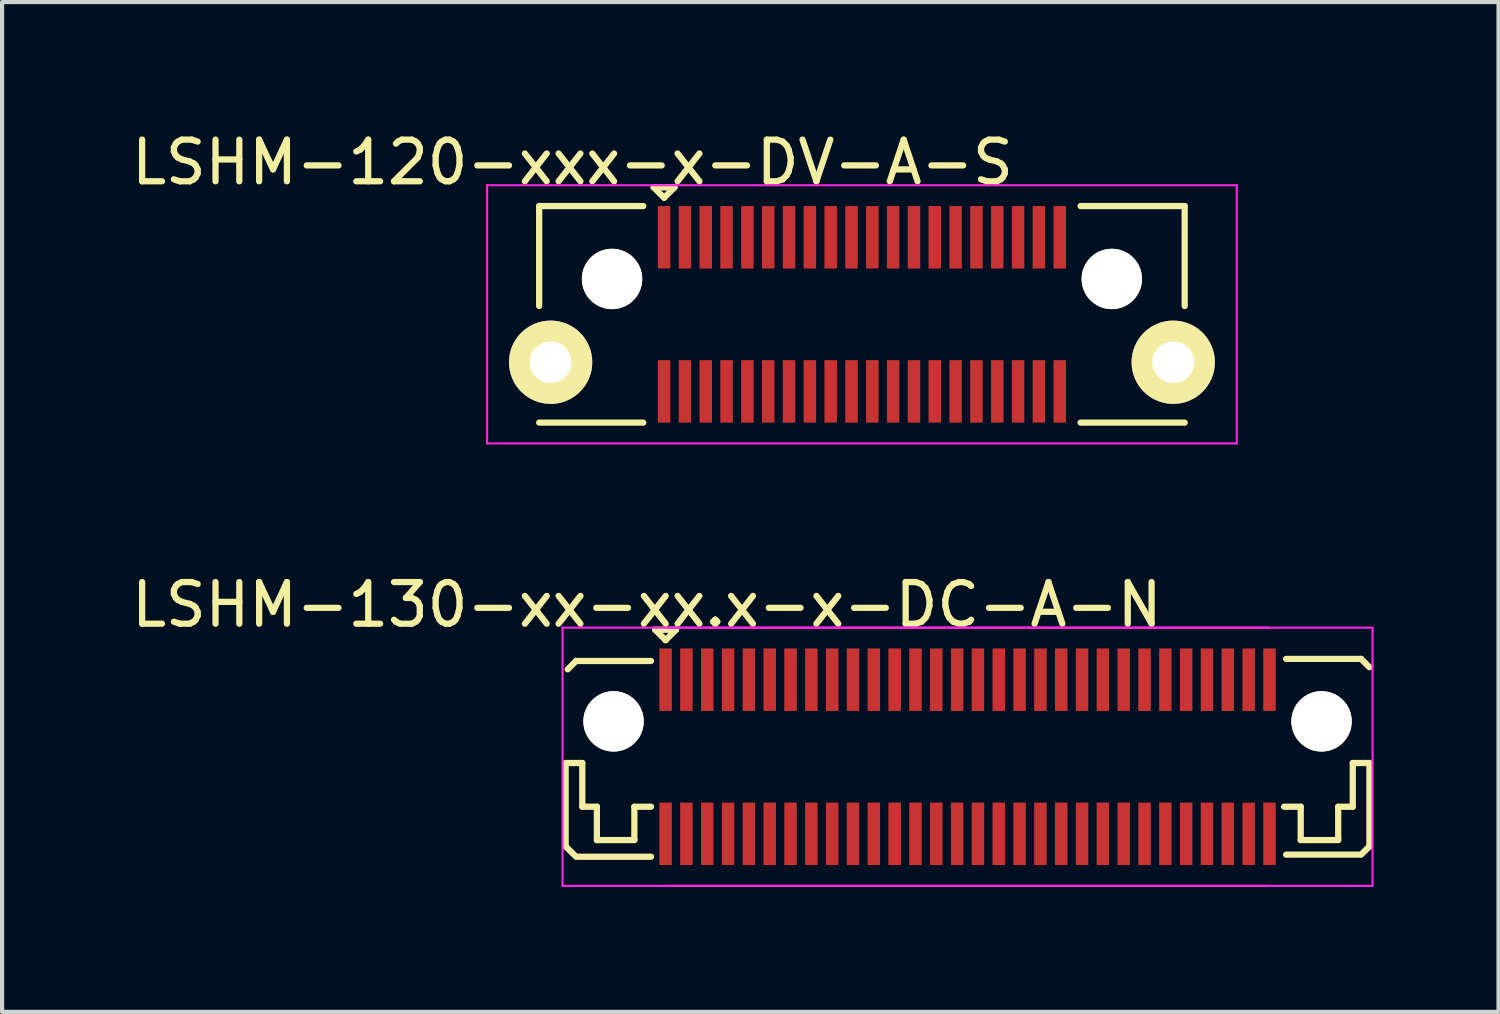
<source format=kicad_pcb>
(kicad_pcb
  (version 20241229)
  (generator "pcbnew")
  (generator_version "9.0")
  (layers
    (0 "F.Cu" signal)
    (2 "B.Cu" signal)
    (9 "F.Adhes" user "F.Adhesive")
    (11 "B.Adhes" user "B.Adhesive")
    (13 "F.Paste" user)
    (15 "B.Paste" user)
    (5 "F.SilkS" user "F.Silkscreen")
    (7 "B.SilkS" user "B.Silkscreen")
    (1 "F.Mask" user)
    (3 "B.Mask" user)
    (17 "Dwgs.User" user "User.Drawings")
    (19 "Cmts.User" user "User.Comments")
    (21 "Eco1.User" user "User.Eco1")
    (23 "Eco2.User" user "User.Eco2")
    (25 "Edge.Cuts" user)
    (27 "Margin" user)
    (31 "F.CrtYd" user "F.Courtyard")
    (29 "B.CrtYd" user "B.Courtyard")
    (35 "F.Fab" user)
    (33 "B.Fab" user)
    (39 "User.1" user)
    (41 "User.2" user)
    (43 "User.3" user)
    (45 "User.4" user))
  (footprint "LSHM-120-xxx-x-DV-A-S"
    (layer "F.Cu")
    (at 17.646 4.498)
    (property "Reference" "LSHM-120-xxx-x-DV-A-S" (at -6.95 -3.65 0) (layer "F.SilkS") (effects (font (size 1 1) (thickness 0.15))))
    (attr smd)
    (fp_line (start -7.75 -2.6) (end -5.25 -2.6) (stroke (width 0.15) (type solid)) (layer "F.SilkS"))
    (fp_line (start -7.75 -0.2) (end -7.75 -2.6) (stroke (width 0.15) (type solid)) (layer "F.SilkS"))
    (fp_line (start -7.75 2.6) (end -5.25 2.6) (stroke (width 0.15) (type solid)) (layer "F.SilkS"))
    (fp_line (start -5 -3.05) (end -4.75 -2.8) (stroke (width 0.15) (type solid)) (layer "F.SilkS"))
    (fp_line (start -4.75 -2.8) (end -4.5 -3.05) (stroke (width 0.15) (type solid)) (layer "F.SilkS"))
    (fp_line (start -4.5 -3.05) (end -5 -3.05) (stroke (width 0.15) (type solid)) (layer "F.SilkS"))
    (fp_line (start 7.75 -2.6) (end 5.25 -2.6) (stroke (width 0.15) (type solid)) (layer "F.SilkS"))
    (fp_line (start 7.75 -0.2) (end 7.75 -2.6) (stroke (width 0.15) (type solid)) (layer "F.SilkS"))
    (fp_line (start 7.75 2.6) (end 5.25 2.6) (stroke (width 0.15) (type solid)) (layer "F.SilkS"))
    (fp_line (start -9 -3.1) (end 9 -3.1) (stroke (width 0.05) (type solid)) (layer "F.CrtYd"))
    (fp_line (start -9 3.1) (end -9 -3.1) (stroke (width 0.05) (type solid)) (layer "F.CrtYd"))
    (fp_line (start -9 3.1) (end 9 3.1) (stroke (width 0.05) (type solid)) (layer "F.CrtYd"))
    (fp_line (start 9 3.1) (end 9 -3.1) (stroke (width 0.05) (type solid)) (layer "F.CrtYd"))
    (pad "" np_thru_hole circle (at -6 -0.85) (size 1.45 1.45) (drill 1.45) (layers "*.Cu" "*.Mask" "F.SilkS"))
    (pad "" np_thru_hole circle (at 6 -0.85) (size 1.45 1.45) (drill 1.45) (layers "*.Cu" "*.Mask" "F.SilkS"))
    (pad "1" smd rect (at -4.75 -1.85) (size 0.3 1.5) (layers "F.Cu" "F.Mask" "F.Paste"))
    (pad "2" smd rect (at -4.75 1.85) (size 0.3 1.5) (layers "F.Cu" "F.Mask" "F.Paste"))
    (pad "3" smd rect (at -4.25 -1.85) (size 0.3 1.5) (layers "F.Cu" "F.Mask" "F.Paste"))
    (pad "4" smd rect (at -4.25 1.85) (size 0.3 1.5) (layers "F.Cu" "F.Mask" "F.Paste"))
    (pad "5" smd rect (at -3.75 -1.85) (size 0.3 1.5) (layers "F.Cu" "F.Mask" "F.Paste"))
    (pad "6" smd rect (at -3.75 1.85) (size 0.3 1.5) (layers "F.Cu" "F.Mask" "F.Paste"))
    (pad "7" smd rect (at -3.25 -1.85) (size 0.3 1.5) (layers "F.Cu" "F.Mask" "F.Paste"))
    (pad "8" smd rect (at -3.25 1.85) (size 0.3 1.5) (layers "F.Cu" "F.Mask" "F.Paste"))
    (pad "9" smd rect (at -2.75 -1.85) (size 0.3 1.5) (layers "F.Cu" "F.Mask" "F.Paste"))
    (pad "10" smd rect (at -2.75 1.85) (size 0.3 1.5) (layers "F.Cu" "F.Mask" "F.Paste"))
    (pad "11" smd rect (at -2.25 -1.85) (size 0.3 1.5) (layers "F.Cu" "F.Mask" "F.Paste"))
    (pad "12" smd rect (at -2.25 1.85) (size 0.3 1.5) (layers "F.Cu" "F.Mask" "F.Paste"))
    (pad "13" smd rect (at -1.75 -1.85) (size 0.3 1.5) (layers "F.Cu" "F.Mask" "F.Paste"))
    (pad "14" smd rect (at -1.75 1.85) (size 0.3 1.5) (layers "F.Cu" "F.Mask" "F.Paste"))
    (pad "15" smd rect (at -1.25 -1.85) (size 0.3 1.5) (layers "F.Cu" "F.Mask" "F.Paste"))
    (pad "16" smd rect (at -1.25 1.85) (size 0.3 1.5) (layers "F.Cu" "F.Mask" "F.Paste"))
    (pad "17" smd rect (at -0.75 -1.85) (size 0.3 1.5) (layers "F.Cu" "F.Mask" "F.Paste"))
    (pad "18" smd rect (at -0.75 1.85) (size 0.3 1.5) (layers "F.Cu" "F.Mask" "F.Paste"))
    (pad "19" smd rect (at -0.25 -1.85) (size 0.3 1.5) (layers "F.Cu" "F.Mask" "F.Paste"))
    (pad "20" smd rect (at -0.25 1.85) (size 0.3 1.5) (layers "F.Cu" "F.Mask" "F.Paste"))
    (pad "21" smd rect (at 0.25 -1.85) (size 0.3 1.5) (layers "F.Cu" "F.Mask" "F.Paste"))
    (pad "22" smd rect (at 0.25 1.85) (size 0.3 1.5) (layers "F.Cu" "F.Mask" "F.Paste"))
    (pad "23" smd rect (at 0.75 -1.85) (size 0.3 1.5) (layers "F.Cu" "F.Mask" "F.Paste"))
    (pad "24" smd rect (at 0.75 1.85) (size 0.3 1.5) (layers "F.Cu" "F.Mask" "F.Paste"))
    (pad "25" smd rect (at 1.25 -1.85) (size 0.3 1.5) (layers "F.Cu" "F.Mask" "F.Paste"))
    (pad "26" smd rect (at 1.25 1.85) (size 0.3 1.5) (layers "F.Cu" "F.Mask" "F.Paste"))
    (pad "27" smd rect (at 1.75 -1.85) (size 0.3 1.5) (layers "F.Cu" "F.Mask" "F.Paste"))
    (pad "28" smd rect (at 1.75 1.85) (size 0.3 1.5) (layers "F.Cu" "F.Mask" "F.Paste"))
    (pad "29" smd rect (at 2.25 -1.85) (size 0.3 1.5) (layers "F.Cu" "F.Mask" "F.Paste"))
    (pad "30" smd rect (at 2.25 1.85) (size 0.3 1.5) (layers "F.Cu" "F.Mask" "F.Paste"))
    (pad "31" smd rect (at 2.75 -1.85) (size 0.3 1.5) (layers "F.Cu" "F.Mask" "F.Paste"))
    (pad "32" smd rect (at 2.75 1.85) (size 0.3 1.5) (layers "F.Cu" "F.Mask" "F.Paste"))
    (pad "33" smd rect (at 3.25 -1.85) (size 0.3 1.5) (layers "F.Cu" "F.Mask" "F.Paste"))
    (pad "34" smd rect (at 3.25 1.85) (size 0.3 1.5) (layers "F.Cu" "F.Mask" "F.Paste"))
    (pad "35" smd rect (at 3.75 -1.85) (size 0.3 1.5) (layers "F.Cu" "F.Mask" "F.Paste"))
    (pad "36" smd rect (at 3.75 1.85) (size 0.3 1.5) (layers "F.Cu" "F.Mask" "F.Paste"))
    (pad "37" smd rect (at 4.25 -1.85) (size 0.3 1.5) (layers "F.Cu" "F.Mask" "F.Paste"))
    (pad "38" smd rect (at 4.25 1.85) (size 0.3 1.5) (layers "F.Cu" "F.Mask" "F.Paste"))
    (pad "39" smd rect (at 4.75 -1.85) (size 0.3 1.5) (layers "F.Cu" "F.Mask" "F.Paste"))
    (pad "40" smd rect (at 4.75 1.85) (size 0.3 1.5) (layers "F.Cu" "F.Mask" "F.Paste"))
    (pad "41" thru_hole circle (at -7.475 1.15) (size 2 2) (drill 1) (layers "*.Cu" "*.Mask" "F.SilkS"))
    (pad "41" thru_hole circle (at 7.475 1.15) (size 2 2) (drill 1) (layers "*.Cu" "*.Mask" "F.SilkS")))
  (footprint "LSHM-130-xx-xx.x-x-DC-A-N"
    (layer "F.Cu")
    (at 20.182 15.121)
    (property "Reference" "LSHM-130-xx-xx.x-x-DC-A-N" (at -7.7 -3.65 0) (layer "F.SilkS") (effects (font (size 1 1) (thickness 0.15))))
    (attr smd)
    (fp_line (start -9.65 0.15) (end -9.25 0.15) (stroke (width 0.15) (type solid)) (layer "F.SilkS"))
    (fp_line (start -9.65 2.15) (end -9.65 0.15) (stroke (width 0.15) (type solid)) (layer "F.SilkS"))
    (fp_line (start -9.4 -2.3) (end -9.6 -2.1) (stroke (width 0.15) (type solid)) (layer "F.SilkS"))
    (fp_line (start -9.4 -2.3) (end -7.6 -2.3) (stroke (width 0.15) (type solid)) (layer "F.SilkS"))
    (fp_line (start -9.4 2.4) (end -9.65 2.15) (stroke (width 0.15) (type solid)) (layer "F.SilkS"))
    (fp_line (start -9.35 2.4) (end -7.6 2.4) (stroke (width 0.15) (type solid)) (layer "F.SilkS"))
    (fp_line (start -9.25 0.15) (end -9.25 1.2) (stroke (width 0.15) (type solid)) (layer "F.SilkS"))
    (fp_line (start -9.25 1.2) (end -8.9 1.2) (stroke (width 0.15) (type solid)) (layer "F.SilkS"))
    (fp_line (start -8.9 2) (end -8.9 1.2) (stroke (width 0.15) (type solid)) (layer "F.SilkS"))
    (fp_line (start -8 1.2) (end -7.6 1.2) (stroke (width 0.15) (type solid)) (layer "F.SilkS"))
    (fp_line (start -8 2) (end -8.9 2) (stroke (width 0.15) (type solid)) (layer "F.SilkS"))
    (fp_line (start -8 2) (end -8 1.2) (stroke (width 0.15) (type solid)) (layer "F.SilkS"))
    (fp_line (start -7.5 -3.05) (end -7.25 -2.8) (stroke (width 0.15) (type solid)) (layer "F.SilkS"))
    (fp_line (start -7.25 -2.8) (end -7 -3.05) (stroke (width 0.15) (type solid)) (layer "F.SilkS"))
    (fp_line (start -7 -3.05) (end -7.5 -3.05) (stroke (width 0.15) (type solid)) (layer "F.SilkS"))
    (fp_line (start 7.6 1.2) (end 8 1.2) (stroke (width 0.15) (type solid)) (layer "F.SilkS"))
    (fp_line (start 7.65 -2.35) (end 9.45 -2.35) (stroke (width 0.15) (type solid)) (layer "F.SilkS"))
    (fp_line (start 7.65 2.35) (end 9.4 2.35) (stroke (width 0.15) (type solid)) (layer "F.SilkS"))
    (fp_line (start 8 2) (end 8 1.2) (stroke (width 0.15) (type solid)) (layer "F.SilkS"))
    (fp_line (start 8.9 1.2) (end 9.25 1.2) (stroke (width 0.15) (type solid)) (layer "F.SilkS"))
    (fp_line (start 8.9 2) (end 8 2) (stroke (width 0.15) (type solid)) (layer "F.SilkS"))
    (fp_line (start 8.9 2) (end 8.9 1.2) (stroke (width 0.15) (type solid)) (layer "F.SilkS"))
    (fp_line (start 9.25 0.15) (end 9.25 1.2) (stroke (width 0.15) (type solid)) (layer "F.SilkS"))
    (fp_line (start 9.25 0.15) (end 9.65 0.15) (stroke (width 0.15) (type solid)) (layer "F.SilkS"))
    (fp_line (start 9.45 -2.35) (end 9.65 -2.15) (stroke (width 0.15) (type solid)) (layer "F.SilkS"))
    (fp_line (start 9.45 2.35) (end 9.65 2.15) (stroke (width 0.15) (type solid)) (layer "F.SilkS"))
    (fp_line (start 9.65 2.15) (end 9.65 0.15) (stroke (width 0.15) (type solid)) (layer "F.SilkS"))
    (fp_line (start -9.725 -3.1) (end 9.725 -3.1) (stroke (width 0.05) (type solid)) (layer "F.CrtYd"))
    (fp_line (start -9.725 3.1) (end -9.725 -3.1) (stroke (width 0.05) (type solid)) (layer "F.CrtYd"))
    (fp_line (start -9.725 3.1) (end 9.725 3.1) (stroke (width 0.05) (type solid)) (layer "F.CrtYd"))
    (fp_line (start -7.225 -3.1) (end 7.225 -3.1) (stroke (width 0.05) (type solid)) (layer "F.CrtYd"))
    (fp_line (start -7.225 3.1) (end 7.225 3.1) (stroke (width 0.05) (type solid)) (layer "F.CrtYd"))
    (fp_line (start 9.725 3.1) (end 9.725 -3.1) (stroke (width 0.05) (type solid)) (layer "F.CrtYd"))
    (pad "" np_thru_hole circle (at -8.5 -0.85) (size 1.45 1.45) (drill 1.45) (layers "*.Cu" "*.Mask" "F.SilkS"))
    (pad "" np_thru_hole circle (at 8.5 -0.85) (size 1.45 1.45) (drill 1.45) (layers "*.Cu" "*.Mask" "F.SilkS"))
    (pad "1" smd rect (at -7.25 -1.85) (size 0.3 1.5) (layers "F.Cu" "F.Mask" "F.Paste"))
    (pad "2" smd rect (at -7.25 1.85) (size 0.3 1.5) (layers "F.Cu" "F.Mask" "F.Paste"))
    (pad "3" smd rect (at -6.75 -1.85) (size 0.3 1.5) (layers "F.Cu" "F.Mask" "F.Paste"))
    (pad "4" smd rect (at -6.75 1.85) (size 0.3 1.5) (layers "F.Cu" "F.Mask" "F.Paste"))
    (pad "5" smd rect (at -6.25 -1.85) (size 0.3 1.5) (layers "F.Cu" "F.Mask" "F.Paste"))
    (pad "6" smd rect (at -6.25 1.85) (size 0.3 1.5) (layers "F.Cu" "F.Mask" "F.Paste"))
    (pad "7" smd rect (at -5.75 -1.85) (size 0.3 1.5) (layers "F.Cu" "F.Mask" "F.Paste"))
    (pad "8" smd rect (at -5.75 1.85) (size 0.3 1.5) (layers "F.Cu" "F.Mask" "F.Paste"))
    (pad "9" smd rect (at -5.25 -1.85) (size 0.3 1.5) (layers "F.Cu" "F.Mask" "F.Paste"))
    (pad "10" smd rect (at -5.25 1.85) (size 0.3 1.5) (layers "F.Cu" "F.Mask" "F.Paste"))
    (pad "11" smd rect (at -4.75 -1.85) (size 0.3 1.5) (layers "F.Cu" "F.Mask" "F.Paste"))
    (pad "12" smd rect (at -4.75 1.85) (size 0.3 1.5) (layers "F.Cu" "F.Mask" "F.Paste"))
    (pad "13" smd rect (at -4.25 -1.85) (size 0.3 1.5) (layers "F.Cu" "F.Mask" "F.Paste"))
    (pad "14" smd rect (at -4.25 1.85) (size 0.3 1.5) (layers "F.Cu" "F.Mask" "F.Paste"))
    (pad "15" smd rect (at -3.75 -1.85) (size 0.3 1.5) (layers "F.Cu" "F.Mask" "F.Paste"))
    (pad "16" smd rect (at -3.75 1.85) (size 0.3 1.5) (layers "F.Cu" "F.Mask" "F.Paste"))
    (pad "17" smd rect (at -3.25 -1.85) (size 0.3 1.5) (layers "F.Cu" "F.Mask" "F.Paste"))
    (pad "18" smd rect (at -3.25 1.85) (size 0.3 1.5) (layers "F.Cu" "F.Mask" "F.Paste"))
    (pad "19" smd rect (at -2.75 -1.85) (size 0.3 1.5) (layers "F.Cu" "F.Mask" "F.Paste"))
    (pad "20" smd rect (at -2.75 1.85) (size 0.3 1.5) (layers "F.Cu" "F.Mask" "F.Paste"))
    (pad "21" smd rect (at -2.25 -1.85) (size 0.3 1.5) (layers "F.Cu" "F.Mask" "F.Paste"))
    (pad "22" smd rect (at -2.25 1.85) (size 0.3 1.5) (layers "F.Cu" "F.Mask" "F.Paste"))
    (pad "23" smd rect (at -1.75 -1.85) (size 0.3 1.5) (layers "F.Cu" "F.Mask" "F.Paste"))
    (pad "24" smd rect (at -1.75 1.85) (size 0.3 1.5) (layers "F.Cu" "F.Mask" "F.Paste"))
    (pad "25" smd rect (at -1.25 -1.85) (size 0.3 1.5) (layers "F.Cu" "F.Mask" "F.Paste"))
    (pad "26" smd rect (at -1.25 1.85) (size 0.3 1.5) (layers "F.Cu" "F.Mask" "F.Paste"))
    (pad "27" smd rect (at -0.75 -1.85) (size 0.3 1.5) (layers "F.Cu" "F.Mask" "F.Paste"))
    (pad "28" smd rect (at -0.75 1.85) (size 0.3 1.5) (layers "F.Cu" "F.Mask" "F.Paste"))
    (pad "29" smd rect (at -0.25 -1.85) (size 0.3 1.5) (layers "F.Cu" "F.Mask" "F.Paste"))
    (pad "30" smd rect (at -0.25 1.85) (size 0.3 1.5) (layers "F.Cu" "F.Mask" "F.Paste"))
    (pad "31" smd rect (at 0.25 -1.85) (size 0.3 1.5) (layers "F.Cu" "F.Mask" "F.Paste"))
    (pad "32" smd rect (at 0.25 1.85) (size 0.3 1.5) (layers "F.Cu" "F.Mask" "F.Paste"))
    (pad "33" smd rect (at 0.75 -1.85) (size 0.3 1.5) (layers "F.Cu" "F.Mask" "F.Paste"))
    (pad "34" smd rect (at 0.75 1.85) (size 0.3 1.5) (layers "F.Cu" "F.Mask" "F.Paste"))
    (pad "35" smd rect (at 1.25 -1.85) (size 0.3 1.5) (layers "F.Cu" "F.Mask" "F.Paste"))
    (pad "36" smd rect (at 1.25 1.85) (size 0.3 1.5) (layers "F.Cu" "F.Mask" "F.Paste"))
    (pad "37" smd rect (at 1.75 -1.85) (size 0.3 1.5) (layers "F.Cu" "F.Mask" "F.Paste"))
    (pad "38" smd rect (at 1.75 1.85) (size 0.3 1.5) (layers "F.Cu" "F.Mask" "F.Paste"))
    (pad "39" smd rect (at 2.25 -1.85) (size 0.3 1.5) (layers "F.Cu" "F.Mask" "F.Paste"))
    (pad "40" smd rect (at 2.25 1.85) (size 0.3 1.5) (layers "F.Cu" "F.Mask" "F.Paste"))
    (pad "41" smd rect (at 2.75 -1.85) (size 0.3 1.5) (layers "F.Cu" "F.Mask" "F.Paste"))
    (pad "42" smd rect (at 2.75 1.85) (size 0.3 1.5) (layers "F.Cu" "F.Mask" "F.Paste"))
    (pad "43" smd rect (at 3.25 -1.85) (size 0.3 1.5) (layers "F.Cu" "F.Mask" "F.Paste"))
    (pad "44" smd rect (at 3.25 1.85) (size 0.3 1.5) (layers "F.Cu" "F.Mask" "F.Paste"))
    (pad "45" smd rect (at 3.75 -1.85) (size 0.3 1.5) (layers "F.Cu" "F.Mask" "F.Paste"))
    (pad "46" smd rect (at 3.75 1.85) (size 0.3 1.5) (layers "F.Cu" "F.Mask" "F.Paste"))
    (pad "47" smd rect (at 4.25 -1.85) (size 0.3 1.5) (layers "F.Cu" "F.Mask" "F.Paste"))
    (pad "48" smd rect (at 4.25 1.85) (size 0.3 1.5) (layers "F.Cu" "F.Mask" "F.Paste"))
    (pad "49" smd rect (at 4.75 -1.85) (size 0.3 1.5) (layers "F.Cu" "F.Mask" "F.Paste"))
    (pad "50" smd rect (at 4.75 1.85) (size 0.3 1.5) (layers "F.Cu" "F.Mask" "F.Paste"))
    (pad "51" smd rect (at 5.25 -1.85) (size 0.3 1.5) (layers "F.Cu" "F.Mask" "F.Paste"))
    (pad "52" smd rect (at 5.25 1.85) (size 0.3 1.5) (layers "F.Cu" "F.Mask" "F.Paste"))
    (pad "53" smd rect (at 5.75 -1.85) (size 0.3 1.5) (layers "F.Cu" "F.Mask" "F.Paste"))
    (pad "54" smd rect (at 5.75 1.85) (size 0.3 1.5) (layers "F.Cu" "F.Mask" "F.Paste"))
    (pad "55" smd rect (at 6.25 -1.85) (size 0.3 1.5) (layers "F.Cu" "F.Mask" "F.Paste"))
    (pad "56" smd rect (at 6.25 1.85) (size 0.3 1.5) (layers "F.Cu" "F.Mask" "F.Paste"))
    (pad "57" smd rect (at 6.75 -1.85) (size 0.3 1.5) (layers "F.Cu" "F.Mask" "F.Paste"))
    (pad "58" smd rect (at 6.75 1.85) (size 0.3 1.5) (layers "F.Cu" "F.Mask" "F.Paste"))
    (pad "59" smd rect (at 7.25 -1.85) (size 0.3 1.5) (layers "F.Cu" "F.Mask" "F.Paste"))
    (pad "60" smd rect (at 7.25 1.85) (size 0.3 1.5) (layers "F.Cu" "F.Mask" "F.Paste")))
  (gr_rect
    (start -3 -3)
    (end 32.932 21.247)
    (stroke (width 0.1) (type default))
    (fill no)
    (layer "Edge.Cuts")))
</source>
